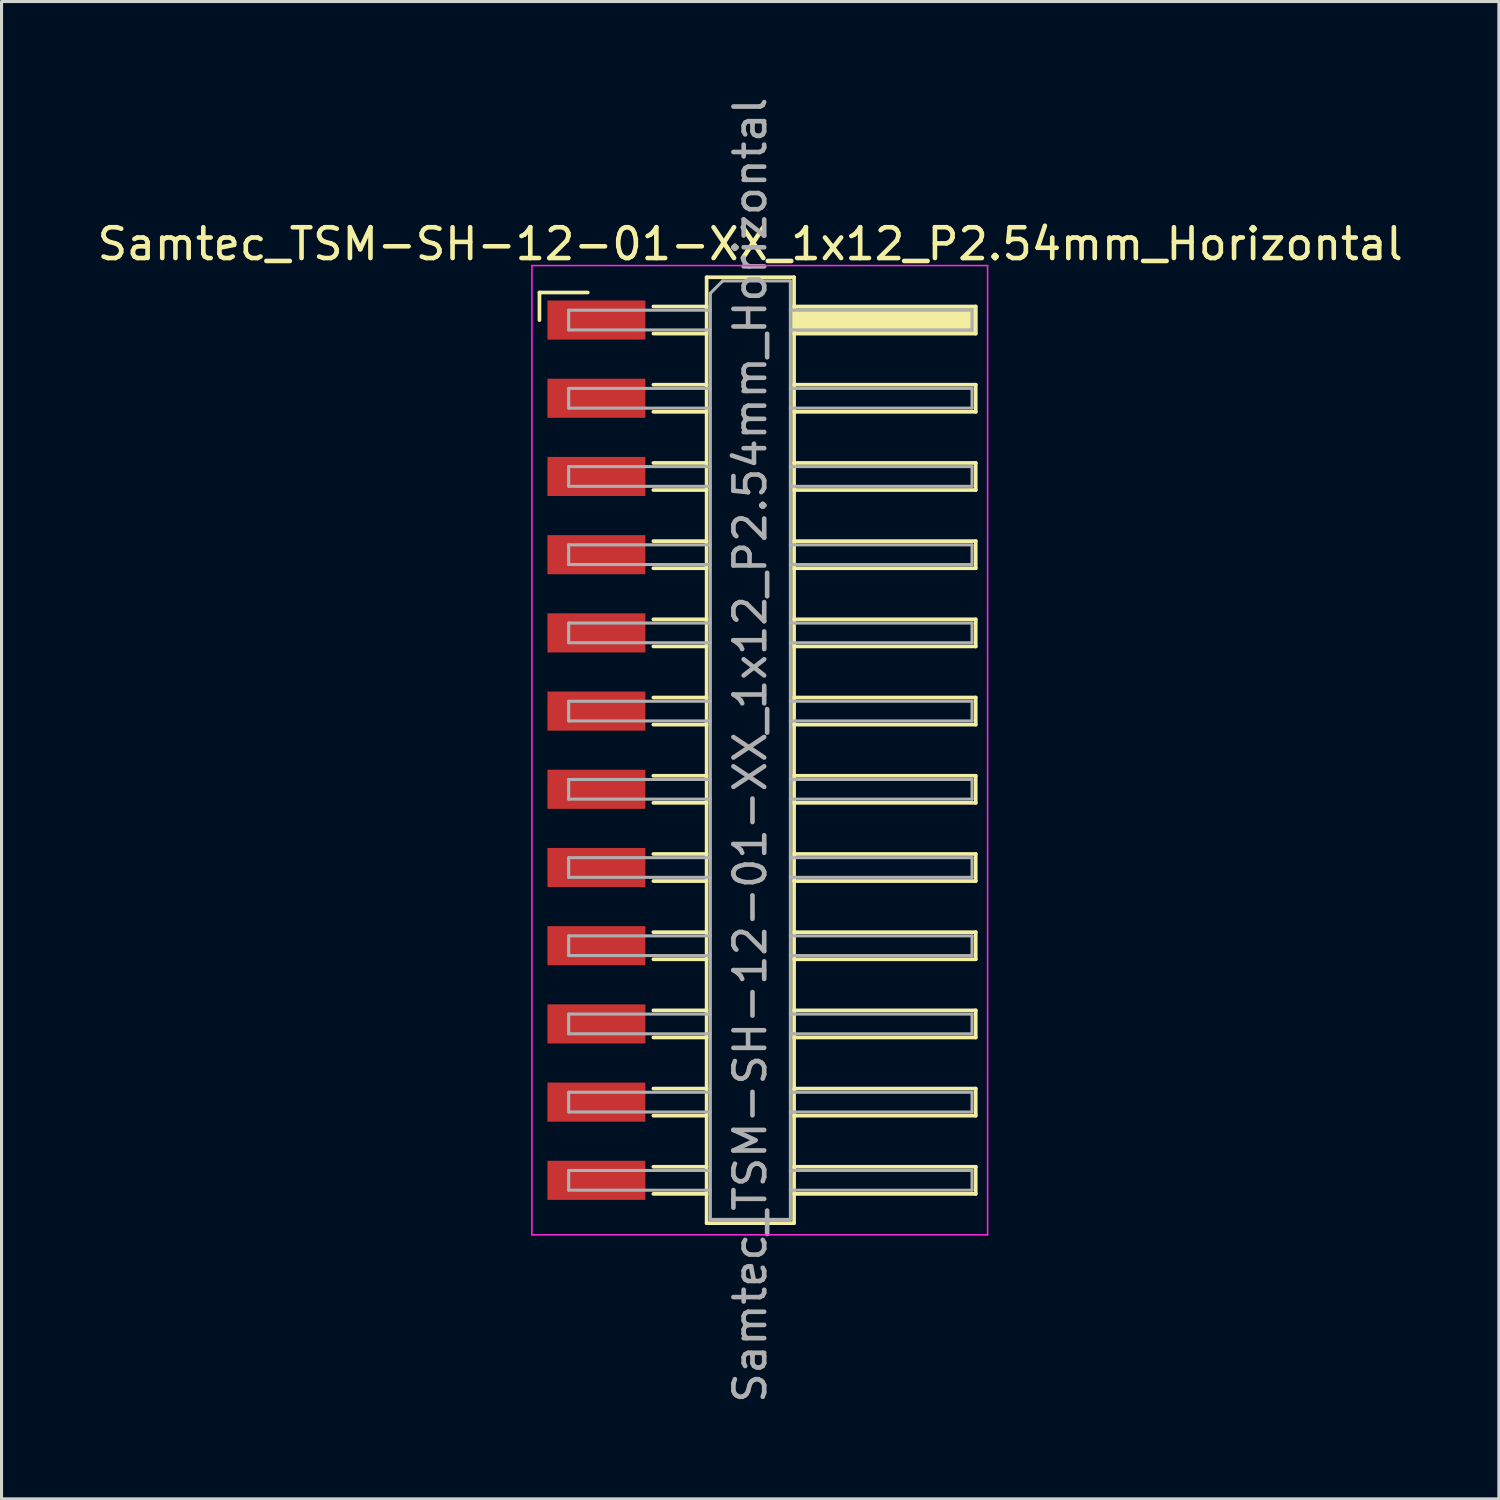
<source format=kicad_pcb>
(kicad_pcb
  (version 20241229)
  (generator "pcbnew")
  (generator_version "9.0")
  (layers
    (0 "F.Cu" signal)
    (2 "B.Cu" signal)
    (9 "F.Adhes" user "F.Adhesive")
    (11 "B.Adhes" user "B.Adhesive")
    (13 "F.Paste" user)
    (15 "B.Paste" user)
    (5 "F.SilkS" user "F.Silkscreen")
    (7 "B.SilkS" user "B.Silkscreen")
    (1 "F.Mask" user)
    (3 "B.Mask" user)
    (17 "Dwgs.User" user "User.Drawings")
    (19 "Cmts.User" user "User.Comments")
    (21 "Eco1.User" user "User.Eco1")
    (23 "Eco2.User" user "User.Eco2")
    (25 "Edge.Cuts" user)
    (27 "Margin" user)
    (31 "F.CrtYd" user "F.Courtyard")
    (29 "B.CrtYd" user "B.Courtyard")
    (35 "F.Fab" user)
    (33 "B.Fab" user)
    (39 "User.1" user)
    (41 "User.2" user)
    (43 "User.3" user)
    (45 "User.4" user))
  (footprint "Samtec_TSM-SH-12-01-XX_1x12_P2.54mm_Horizontal"
    (layer "F.Cu")
    (at 21.505 21.315)
    (property "Reference" "Samtec_TSM-SH-12-01-XX_1x12_P2.54mm_Horizontal" (at -0.19 -16.44 0) (layer "F.SilkS") (effects (font (size 1 1) (thickness 0.15))))
    (attr smd)
    (fp_line (start -7.035 -14.865) (end -5.465 -14.865) (stroke (width 0.12) (type solid)) (layer "F.SilkS"))
    (fp_line (start -7.035 -13.97) (end -7.035 -14.865) (stroke (width 0.12) (type solid)) (layer "F.SilkS"))
    (fp_line (start -3.335 -14.41) (end -1.605 -14.41) (stroke (width 0.12) (type solid)) (layer "F.SilkS"))
    (fp_line (start -3.335 -13.53) (end -1.605 -13.53) (stroke (width 0.12) (type solid)) (layer "F.SilkS"))
    (fp_line (start -3.335 -11.87) (end -1.605 -11.87) (stroke (width 0.12) (type solid)) (layer "F.SilkS"))
    (fp_line (start -3.335 -10.99) (end -1.605 -10.99) (stroke (width 0.12) (type solid)) (layer "F.SilkS"))
    (fp_line (start -3.335 -9.33) (end -1.605 -9.33) (stroke (width 0.12) (type solid)) (layer "F.SilkS"))
    (fp_line (start -3.335 -8.45) (end -1.605 -8.45) (stroke (width 0.12) (type solid)) (layer "F.SilkS"))
    (fp_line (start -3.335 -6.79) (end -1.605 -6.79) (stroke (width 0.12) (type solid)) (layer "F.SilkS"))
    (fp_line (start -3.335 -5.91) (end -1.605 -5.91) (stroke (width 0.12) (type solid)) (layer "F.SilkS"))
    (fp_line (start -3.335 -4.25) (end -1.605 -4.25) (stroke (width 0.12) (type solid)) (layer "F.SilkS"))
    (fp_line (start -3.335 -3.37) (end -1.605 -3.37) (stroke (width 0.12) (type solid)) (layer "F.SilkS"))
    (fp_line (start -3.335 -1.71) (end -1.605 -1.71) (stroke (width 0.12) (type solid)) (layer "F.SilkS"))
    (fp_line (start -3.335 -0.83) (end -1.605 -0.83) (stroke (width 0.12) (type solid)) (layer "F.SilkS"))
    (fp_line (start -3.335 0.83) (end -1.605 0.83) (stroke (width 0.12) (type solid)) (layer "F.SilkS"))
    (fp_line (start -3.335 1.71) (end -1.605 1.71) (stroke (width 0.12) (type solid)) (layer "F.SilkS"))
    (fp_line (start -3.335 3.37) (end -1.605 3.37) (stroke (width 0.12) (type solid)) (layer "F.SilkS"))
    (fp_line (start -3.335 4.25) (end -1.605 4.25) (stroke (width 0.12) (type solid)) (layer "F.SilkS"))
    (fp_line (start -3.335 5.91) (end -1.605 5.91) (stroke (width 0.12) (type solid)) (layer "F.SilkS"))
    (fp_line (start -3.335 6.79) (end -1.605 6.79) (stroke (width 0.12) (type solid)) (layer "F.SilkS"))
    (fp_line (start -3.335 8.45) (end -1.605 8.45) (stroke (width 0.12) (type solid)) (layer "F.SilkS"))
    (fp_line (start -3.335 9.33) (end -1.605 9.33) (stroke (width 0.12) (type solid)) (layer "F.SilkS"))
    (fp_line (start -3.335 10.99) (end -1.605 10.99) (stroke (width 0.12) (type solid)) (layer "F.SilkS"))
    (fp_line (start -3.335 11.87) (end -1.605 11.87) (stroke (width 0.12) (type solid)) (layer "F.SilkS"))
    (fp_line (start -3.335 13.53) (end -1.605 13.53) (stroke (width 0.12) (type solid)) (layer "F.SilkS"))
    (fp_line (start -3.335 14.41) (end -1.605 14.41) (stroke (width 0.12) (type solid)) (layer "F.SilkS"))
    (fp_line (start -1.605 -15.36) (end 1.235 -15.36) (stroke (width 0.12) (type solid)) (layer "F.SilkS"))
    (fp_line (start -1.605 15.36) (end -1.605 -15.36) (stroke (width 0.12) (type solid)) (layer "F.SilkS"))
    (fp_line (start 1.235 -15.36) (end 1.235 15.36) (stroke (width 0.12) (type solid)) (layer "F.SilkS"))
    (fp_line (start 1.235 -14.41) (end 7.135 -14.41) (stroke (width 0.12) (type solid)) (layer "F.SilkS"))
    (fp_line (start 1.235 -11.87) (end 7.135 -11.87) (stroke (width 0.12) (type solid)) (layer "F.SilkS"))
    (fp_line (start 1.235 -9.33) (end 7.135 -9.33) (stroke (width 0.12) (type solid)) (layer "F.SilkS"))
    (fp_line (start 1.235 -6.79) (end 7.135 -6.79) (stroke (width 0.12) (type solid)) (layer "F.SilkS"))
    (fp_line (start 1.235 -4.25) (end 7.135 -4.25) (stroke (width 0.12) (type solid)) (layer "F.SilkS"))
    (fp_line (start 1.235 -1.71) (end 7.135 -1.71) (stroke (width 0.12) (type solid)) (layer "F.SilkS"))
    (fp_line (start 1.235 0.83) (end 7.135 0.83) (stroke (width 0.12) (type solid)) (layer "F.SilkS"))
    (fp_line (start 1.235 3.37) (end 7.135 3.37) (stroke (width 0.12) (type solid)) (layer "F.SilkS"))
    (fp_line (start 1.235 5.91) (end 7.135 5.91) (stroke (width 0.12) (type solid)) (layer "F.SilkS"))
    (fp_line (start 1.235 8.45) (end 7.135 8.45) (stroke (width 0.12) (type solid)) (layer "F.SilkS"))
    (fp_line (start 1.235 10.99) (end 7.135 10.99) (stroke (width 0.12) (type solid)) (layer "F.SilkS"))
    (fp_line (start 1.235 13.53) (end 7.135 13.53) (stroke (width 0.12) (type solid)) (layer "F.SilkS"))
    (fp_line (start 1.235 15.36) (end -1.605 15.36) (stroke (width 0.12) (type solid)) (layer "F.SilkS"))
    (fp_line (start 7.135 -14.41) (end 7.135 -13.53) (stroke (width 0.12) (type solid)) (layer "F.SilkS"))
    (fp_line (start 7.135 -13.53) (end 1.235 -13.53) (stroke (width 0.12) (type solid)) (layer "F.SilkS"))
    (fp_line (start 7.135 -11.87) (end 7.135 -10.99) (stroke (width 0.12) (type solid)) (layer "F.SilkS"))
    (fp_line (start 7.135 -10.99) (end 1.235 -10.99) (stroke (width 0.12) (type solid)) (layer "F.SilkS"))
    (fp_line (start 7.135 -9.33) (end 7.135 -8.45) (stroke (width 0.12) (type solid)) (layer "F.SilkS"))
    (fp_line (start 7.135 -8.45) (end 1.235 -8.45) (stroke (width 0.12) (type solid)) (layer "F.SilkS"))
    (fp_line (start 7.135 -6.79) (end 7.135 -5.91) (stroke (width 0.12) (type solid)) (layer "F.SilkS"))
    (fp_line (start 7.135 -5.91) (end 1.235 -5.91) (stroke (width 0.12) (type solid)) (layer "F.SilkS"))
    (fp_line (start 7.135 -4.25) (end 7.135 -3.37) (stroke (width 0.12) (type solid)) (layer "F.SilkS"))
    (fp_line (start 7.135 -3.37) (end 1.235 -3.37) (stroke (width 0.12) (type solid)) (layer "F.SilkS"))
    (fp_line (start 7.135 -1.71) (end 7.135 -0.83) (stroke (width 0.12) (type solid)) (layer "F.SilkS"))
    (fp_line (start 7.135 -0.83) (end 1.235 -0.83) (stroke (width 0.12) (type solid)) (layer "F.SilkS"))
    (fp_line (start 7.135 0.83) (end 7.135 1.71) (stroke (width 0.12) (type solid)) (layer "F.SilkS"))
    (fp_line (start 7.135 1.71) (end 1.235 1.71) (stroke (width 0.12) (type solid)) (layer "F.SilkS"))
    (fp_line (start 7.135 3.37) (end 7.135 4.25) (stroke (width 0.12) (type solid)) (layer "F.SilkS"))
    (fp_line (start 7.135 4.25) (end 1.235 4.25) (stroke (width 0.12) (type solid)) (layer "F.SilkS"))
    (fp_line (start 7.135 5.91) (end 7.135 6.79) (stroke (width 0.12) (type solid)) (layer "F.SilkS"))
    (fp_line (start 7.135 6.79) (end 1.235 6.79) (stroke (width 0.12) (type solid)) (layer "F.SilkS"))
    (fp_line (start 7.135 8.45) (end 7.135 9.33) (stroke (width 0.12) (type solid)) (layer "F.SilkS"))
    (fp_line (start 7.135 9.33) (end 1.235 9.33) (stroke (width 0.12) (type solid)) (layer "F.SilkS"))
    (fp_line (start 7.135 10.99) (end 7.135 11.87) (stroke (width 0.12) (type solid)) (layer "F.SilkS"))
    (fp_line (start 7.135 11.87) (end 1.235 11.87) (stroke (width 0.12) (type solid)) (layer "F.SilkS"))
    (fp_line (start 7.135 13.53) (end 7.135 14.41) (stroke (width 0.12) (type solid)) (layer "F.SilkS"))
    (fp_line (start 7.135 14.41) (end 1.235 14.41) (stroke (width 0.12) (type solid)) (layer "F.SilkS"))
    (fp_line (start -7.28 -15.74) (end 7.52 -15.74) (stroke (width 0.05) (type solid)) (layer "F.CrtYd"))
    (fp_line (start -7.28 15.74) (end -7.28 -15.74) (stroke (width 0.05) (type solid)) (layer "F.CrtYd"))
    (fp_line (start 7.52 -15.74) (end 7.52 15.74) (stroke (width 0.05) (type solid)) (layer "F.CrtYd"))
    (fp_line (start 7.52 15.74) (end -7.28 15.74) (stroke (width 0.05) (type solid)) (layer "F.CrtYd"))
    (fp_line (start -6.085 -14.29) (end -6.085 -13.65) (stroke (width 0.1) (type solid)) (layer "F.Fab"))
    (fp_line (start -6.085 -13.65) (end -1.485 -13.65) (stroke (width 0.1) (type solid)) (layer "F.Fab"))
    (fp_line (start -6.085 -11.75) (end -6.085 -11.11) (stroke (width 0.1) (type solid)) (layer "F.Fab"))
    (fp_line (start -6.085 -11.11) (end -1.485 -11.11) (stroke (width 0.1) (type solid)) (layer "F.Fab"))
    (fp_line (start -6.085 -9.21) (end -6.085 -8.57) (stroke (width 0.1) (type solid)) (layer "F.Fab"))
    (fp_line (start -6.085 -8.57) (end -1.485 -8.57) (stroke (width 0.1) (type solid)) (layer "F.Fab"))
    (fp_line (start -6.085 -6.67) (end -6.085 -6.03) (stroke (width 0.1) (type solid)) (layer "F.Fab"))
    (fp_line (start -6.085 -6.03) (end -1.485 -6.03) (stroke (width 0.1) (type solid)) (layer "F.Fab"))
    (fp_line (start -6.085 -4.13) (end -6.085 -3.49) (stroke (width 0.1) (type solid)) (layer "F.Fab"))
    (fp_line (start -6.085 -3.49) (end -1.485 -3.49) (stroke (width 0.1) (type solid)) (layer "F.Fab"))
    (fp_line (start -6.085 -1.59) (end -6.085 -0.95) (stroke (width 0.1) (type solid)) (layer "F.Fab"))
    (fp_line (start -6.085 -0.95) (end -1.485 -0.95) (stroke (width 0.1) (type solid)) (layer "F.Fab"))
    (fp_line (start -6.085 0.95) (end -6.085 1.59) (stroke (width 0.1) (type solid)) (layer "F.Fab"))
    (fp_line (start -6.085 1.59) (end -1.485 1.59) (stroke (width 0.1) (type solid)) (layer "F.Fab"))
    (fp_line (start -6.085 3.49) (end -6.085 4.13) (stroke (width 0.1) (type solid)) (layer "F.Fab"))
    (fp_line (start -6.085 4.13) (end -1.485 4.13) (stroke (width 0.1) (type solid)) (layer "F.Fab"))
    (fp_line (start -6.085 6.03) (end -6.085 6.67) (stroke (width 0.1) (type solid)) (layer "F.Fab"))
    (fp_line (start -6.085 6.67) (end -1.485 6.67) (stroke (width 0.1) (type solid)) (layer "F.Fab"))
    (fp_line (start -6.085 8.57) (end -6.085 9.21) (stroke (width 0.1) (type solid)) (layer "F.Fab"))
    (fp_line (start -6.085 9.21) (end -1.485 9.21) (stroke (width 0.1) (type solid)) (layer "F.Fab"))
    (fp_line (start -6.085 11.11) (end -6.085 11.75) (stroke (width 0.1) (type solid)) (layer "F.Fab"))
    (fp_line (start -6.085 11.75) (end -1.485 11.75) (stroke (width 0.1) (type solid)) (layer "F.Fab"))
    (fp_line (start -6.085 13.65) (end -6.085 14.29) (stroke (width 0.1) (type solid)) (layer "F.Fab"))
    (fp_line (start -6.085 14.29) (end -1.485 14.29) (stroke (width 0.1) (type solid)) (layer "F.Fab"))
    (fp_line (start -1.485 -14.84) (end -1.085 -15.24) (stroke (width 0.1) (type solid)) (layer "F.Fab"))
    (fp_line (start -1.485 -14.29) (end -6.085 -14.29) (stroke (width 0.1) (type solid)) (layer "F.Fab"))
    (fp_line (start -1.485 -11.75) (end -6.085 -11.75) (stroke (width 0.1) (type solid)) (layer "F.Fab"))
    (fp_line (start -1.485 -9.21) (end -6.085 -9.21) (stroke (width 0.1) (type solid)) (layer "F.Fab"))
    (fp_line (start -1.485 -6.67) (end -6.085 -6.67) (stroke (width 0.1) (type solid)) (layer "F.Fab"))
    (fp_line (start -1.485 -4.13) (end -6.085 -4.13) (stroke (width 0.1) (type solid)) (layer "F.Fab"))
    (fp_line (start -1.485 -1.59) (end -6.085 -1.59) (stroke (width 0.1) (type solid)) (layer "F.Fab"))
    (fp_line (start -1.485 0.95) (end -6.085 0.95) (stroke (width 0.1) (type solid)) (layer "F.Fab"))
    (fp_line (start -1.485 3.49) (end -6.085 3.49) (stroke (width 0.1) (type solid)) (layer "F.Fab"))
    (fp_line (start -1.485 6.03) (end -6.085 6.03) (stroke (width 0.1) (type solid)) (layer "F.Fab"))
    (fp_line (start -1.485 8.57) (end -6.085 8.57) (stroke (width 0.1) (type solid)) (layer "F.Fab"))
    (fp_line (start -1.485 11.11) (end -6.085 11.11) (stroke (width 0.1) (type solid)) (layer "F.Fab"))
    (fp_line (start -1.485 13.65) (end -6.085 13.65) (stroke (width 0.1) (type solid)) (layer "F.Fab"))
    (fp_line (start -1.485 15.24) (end -1.485 -14.84) (stroke (width 0.1) (type solid)) (layer "F.Fab"))
    (fp_line (start -1.085 -15.24) (end 1.115 -15.24) (stroke (width 0.1) (type solid)) (layer "F.Fab"))
    (fp_line (start 1.115 -15.24) (end 1.115 15.24) (stroke (width 0.1) (type solid)) (layer "F.Fab"))
    (fp_line (start 1.115 -14.29) (end 7.015 -14.29) (stroke (width 0.1) (type solid)) (layer "F.Fab"))
    (fp_line (start 1.115 -11.75) (end 7.015 -11.75) (stroke (width 0.1) (type solid)) (layer "F.Fab"))
    (fp_line (start 1.115 -9.21) (end 7.015 -9.21) (stroke (width 0.1) (type solid)) (layer "F.Fab"))
    (fp_line (start 1.115 -6.67) (end 7.015 -6.67) (stroke (width 0.1) (type solid)) (layer "F.Fab"))
    (fp_line (start 1.115 -4.13) (end 7.015 -4.13) (stroke (width 0.1) (type solid)) (layer "F.Fab"))
    (fp_line (start 1.115 -1.59) (end 7.015 -1.59) (stroke (width 0.1) (type solid)) (layer "F.Fab"))
    (fp_line (start 1.115 0.95) (end 7.015 0.95) (stroke (width 0.1) (type solid)) (layer "F.Fab"))
    (fp_line (start 1.115 3.49) (end 7.015 3.49) (stroke (width 0.1) (type solid)) (layer "F.Fab"))
    (fp_line (start 1.115 6.03) (end 7.015 6.03) (stroke (width 0.1) (type solid)) (layer "F.Fab"))
    (fp_line (start 1.115 8.57) (end 7.015 8.57) (stroke (width 0.1) (type solid)) (layer "F.Fab"))
    (fp_line (start 1.115 11.11) (end 7.015 11.11) (stroke (width 0.1) (type solid)) (layer "F.Fab"))
    (fp_line (start 1.115 13.65) (end 7.015 13.65) (stroke (width 0.1) (type solid)) (layer "F.Fab"))
    (fp_line (start 1.115 15.24) (end -1.485 15.24) (stroke (width 0.1) (type solid)) (layer "F.Fab"))
    (fp_line (start 7.015 -14.29) (end 7.015 -13.65) (stroke (width 0.1) (type solid)) (layer "F.Fab"))
    (fp_line (start 7.015 -13.65) (end 1.115 -13.65) (stroke (width 0.1) (type solid)) (layer "F.Fab"))
    (fp_line (start 7.015 -11.75) (end 7.015 -11.11) (stroke (width 0.1) (type solid)) (layer "F.Fab"))
    (fp_line (start 7.015 -11.11) (end 1.115 -11.11) (stroke (width 0.1) (type solid)) (layer "F.Fab"))
    (fp_line (start 7.015 -9.21) (end 7.015 -8.57) (stroke (width 0.1) (type solid)) (layer "F.Fab"))
    (fp_line (start 7.015 -8.57) (end 1.115 -8.57) (stroke (width 0.1) (type solid)) (layer "F.Fab"))
    (fp_line (start 7.015 -6.67) (end 7.015 -6.03) (stroke (width 0.1) (type solid)) (layer "F.Fab"))
    (fp_line (start 7.015 -6.03) (end 1.115 -6.03) (stroke (width 0.1) (type solid)) (layer "F.Fab"))
    (fp_line (start 7.015 -4.13) (end 7.015 -3.49) (stroke (width 0.1) (type solid)) (layer "F.Fab"))
    (fp_line (start 7.015 -3.49) (end 1.115 -3.49) (stroke (width 0.1) (type solid)) (layer "F.Fab"))
    (fp_line (start 7.015 -1.59) (end 7.015 -0.95) (stroke (width 0.1) (type solid)) (layer "F.Fab"))
    (fp_line (start 7.015 -0.95) (end 1.115 -0.95) (stroke (width 0.1) (type solid)) (layer "F.Fab"))
    (fp_line (start 7.015 0.95) (end 7.015 1.59) (stroke (width 0.1) (type solid)) (layer "F.Fab"))
    (fp_line (start 7.015 1.59) (end 1.115 1.59) (stroke (width 0.1) (type solid)) (layer "F.Fab"))
    (fp_line (start 7.015 3.49) (end 7.015 4.13) (stroke (width 0.1) (type solid)) (layer "F.Fab"))
    (fp_line (start 7.015 4.13) (end 1.115 4.13) (stroke (width 0.1) (type solid)) (layer "F.Fab"))
    (fp_line (start 7.015 6.03) (end 7.015 6.67) (stroke (width 0.1) (type solid)) (layer "F.Fab"))
    (fp_line (start 7.015 6.67) (end 1.115 6.67) (stroke (width 0.1) (type solid)) (layer "F.Fab"))
    (fp_line (start 7.015 8.57) (end 7.015 9.21) (stroke (width 0.1) (type solid)) (layer "F.Fab"))
    (fp_line (start 7.015 9.21) (end 1.115 9.21) (stroke (width 0.1) (type solid)) (layer "F.Fab"))
    (fp_line (start 7.015 11.11) (end 7.015 11.75) (stroke (width 0.1) (type solid)) (layer "F.Fab"))
    (fp_line (start 7.015 11.75) (end 1.115 11.75) (stroke (width 0.1) (type solid)) (layer "F.Fab"))
    (fp_line (start 7.015 13.65) (end 7.015 14.29) (stroke (width 0.1) (type solid)) (layer "F.Fab"))
    (fp_line (start 7.015 14.29) (end 1.115 14.29) (stroke (width 0.1) (type solid)) (layer "F.Fab"))
    (fp_text user "${REFERENCE}" (at -0.19 0 90) (layer "F.Fab") (effects (font (size 1 1) (thickness 0.15))))
    (pad "" smd rect (at 4.185 -13.97) (size 6 0.76) (layers "F.SilkS"))
    (pad "1" smd rect (at -5.185 -13.97) (size 3.18 1.27) (layers "F.Cu" "F.Mask" "F.Paste"))
    (pad "2" smd rect (at -5.185 -11.43) (size 3.18 1.27) (layers "F.Cu" "F.Mask" "F.Paste"))
    (pad "3" smd rect (at -5.185 -8.89) (size 3.18 1.27) (layers "F.Cu" "F.Mask" "F.Paste"))
    (pad "4" smd rect (at -5.185 -6.35) (size 3.18 1.27) (layers "F.Cu" "F.Mask" "F.Paste"))
    (pad "5" smd rect (at -5.185 -3.81) (size 3.18 1.27) (layers "F.Cu" "F.Mask" "F.Paste"))
    (pad "6" smd rect (at -5.185 -1.27) (size 3.18 1.27) (layers "F.Cu" "F.Mask" "F.Paste"))
    (pad "7" smd rect (at -5.185 1.27) (size 3.18 1.27) (layers "F.Cu" "F.Mask" "F.Paste"))
    (pad "8" smd rect (at -5.185 3.81) (size 3.18 1.27) (layers "F.Cu" "F.Mask" "F.Paste"))
    (pad "9" smd rect (at -5.185 6.35) (size 3.18 1.27) (layers "F.Cu" "F.Mask" "F.Paste"))
    (pad "10" smd rect (at -5.185 8.89) (size 3.18 1.27) (layers "F.Cu" "F.Mask" "F.Paste"))
    (pad "11" smd rect (at -5.185 11.43) (size 3.18 1.27) (layers "F.Cu" "F.Mask" "F.Paste"))
    (pad "12" smd rect (at -5.185 13.97) (size 3.18 1.27) (layers "F.Cu" "F.Mask" "F.Paste")))
  (gr_rect
    (start -3 -3)
    (end 45.631 45.631)
    (stroke (width 0.1) (type default))
    (fill no)
    (layer "Edge.Cuts")))
</source>
